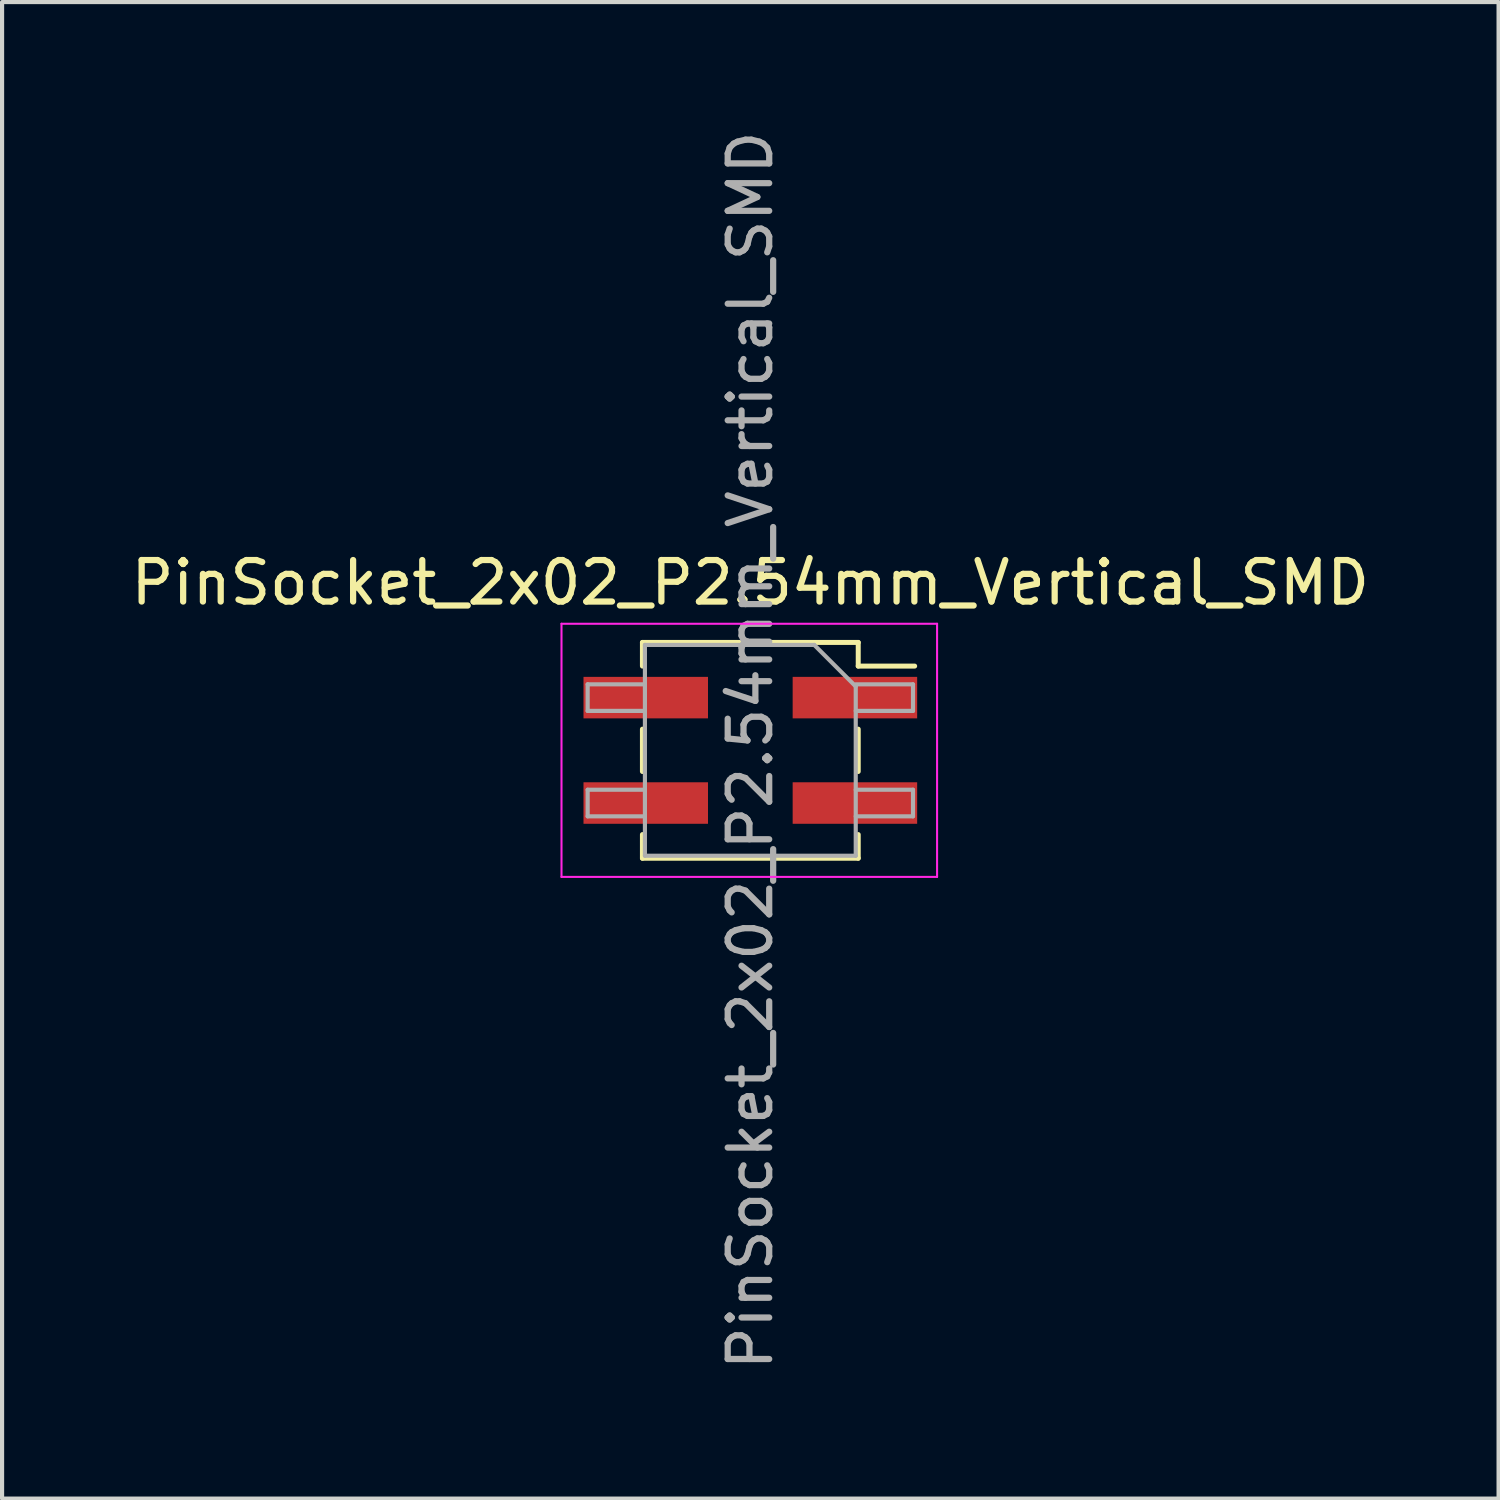
<source format=kicad_pcb>
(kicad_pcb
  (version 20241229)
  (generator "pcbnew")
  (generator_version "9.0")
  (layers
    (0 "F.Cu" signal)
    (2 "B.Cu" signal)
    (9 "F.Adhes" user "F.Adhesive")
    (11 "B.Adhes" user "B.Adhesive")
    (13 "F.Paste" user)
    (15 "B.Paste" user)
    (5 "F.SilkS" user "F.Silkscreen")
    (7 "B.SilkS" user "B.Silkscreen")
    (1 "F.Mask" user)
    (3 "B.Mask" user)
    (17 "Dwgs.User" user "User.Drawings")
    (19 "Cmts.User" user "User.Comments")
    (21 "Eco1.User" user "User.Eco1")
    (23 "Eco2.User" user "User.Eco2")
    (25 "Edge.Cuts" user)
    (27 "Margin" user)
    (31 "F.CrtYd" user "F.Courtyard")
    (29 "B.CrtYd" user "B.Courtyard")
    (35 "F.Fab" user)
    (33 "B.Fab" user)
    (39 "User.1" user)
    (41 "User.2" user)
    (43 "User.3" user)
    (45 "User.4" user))
  (footprint "PinSocket_2x02_P2.54mm_Vertical_SMD"
    (layer "F.Cu")
    (at 15.03 15.03)
    (property "Reference" "PinSocket_2x02_P2.54mm_Vertical_SMD" (at 0 -4.04 0) (layer "F.SilkS") (effects (font (size 1 1) (thickness 0.15))))
    (attr smd)
    (fp_line (start -2.6 -2.6) (end -2.6 -2.03) (stroke (width 0.12) (type solid)) (layer "F.SilkS"))
    (fp_line (start -2.6 -2.6) (end 2.6 -2.6) (stroke (width 0.12) (type solid)) (layer "F.SilkS"))
    (fp_line (start -2.6 -0.51) (end -2.6 0.51) (stroke (width 0.12) (type solid)) (layer "F.SilkS"))
    (fp_line (start -2.6 2.03) (end -2.6 2.6) (stroke (width 0.12) (type solid)) (layer "F.SilkS"))
    (fp_line (start -2.6 2.6) (end 2.6 2.6) (stroke (width 0.12) (type solid)) (layer "F.SilkS"))
    (fp_line (start 2.6 -2.6) (end 2.6 -2.03) (stroke (width 0.12) (type solid)) (layer "F.SilkS"))
    (fp_line (start 2.6 -2.03) (end 3.96 -2.03) (stroke (width 0.12) (type solid)) (layer "F.SilkS"))
    (fp_line (start 2.6 -0.51) (end 2.6 0.51) (stroke (width 0.12) (type solid)) (layer "F.SilkS"))
    (fp_line (start 2.6 2.03) (end 2.6 2.6) (stroke (width 0.12) (type solid)) (layer "F.SilkS"))
    (fp_line (start -4.55 -3.05) (end 4.5 -3.05) (stroke (width 0.05) (type solid)) (layer "F.CrtYd"))
    (fp_line (start -4.55 3.05) (end -4.55 -3.05) (stroke (width 0.05) (type solid)) (layer "F.CrtYd"))
    (fp_line (start 4.5 -3.05) (end 4.5 3.05) (stroke (width 0.05) (type solid)) (layer "F.CrtYd"))
    (fp_line (start 4.5 3.05) (end -4.55 3.05) (stroke (width 0.05) (type solid)) (layer "F.CrtYd"))
    (fp_line (start -3.92 -1.59) (end -2.54 -1.59) (stroke (width 0.1) (type solid)) (layer "F.Fab"))
    (fp_line (start -3.92 -0.95) (end -3.92 -1.59) (stroke (width 0.1) (type solid)) (layer "F.Fab"))
    (fp_line (start -3.92 0.95) (end -2.54 0.95) (stroke (width 0.1) (type solid)) (layer "F.Fab"))
    (fp_line (start -3.92 1.59) (end -3.92 0.95) (stroke (width 0.1) (type solid)) (layer "F.Fab"))
    (fp_line (start -2.54 -2.54) (end 1.54 -2.54) (stroke (width 0.1) (type solid)) (layer "F.Fab"))
    (fp_line (start -2.54 -0.95) (end -3.92 -0.95) (stroke (width 0.1) (type solid)) (layer "F.Fab"))
    (fp_line (start -2.54 1.59) (end -3.92 1.59) (stroke (width 0.1) (type solid)) (layer "F.Fab"))
    (fp_line (start -2.54 2.54) (end -2.54 -2.54) (stroke (width 0.1) (type solid)) (layer "F.Fab"))
    (fp_line (start 1.54 -2.54) (end 2.54 -1.54) (stroke (width 0.1) (type solid)) (layer "F.Fab"))
    (fp_line (start 2.54 -1.59) (end 3.92 -1.59) (stroke (width 0.1) (type solid)) (layer "F.Fab"))
    (fp_line (start 2.54 -1.54) (end 2.54 2.54) (stroke (width 0.1) (type solid)) (layer "F.Fab"))
    (fp_line (start 2.54 0.95) (end 3.92 0.95) (stroke (width 0.1) (type solid)) (layer "F.Fab"))
    (fp_line (start 2.54 2.54) (end -2.54 2.54) (stroke (width 0.1) (type solid)) (layer "F.Fab"))
    (fp_line (start 3.92 -1.59) (end 3.92 -0.95) (stroke (width 0.1) (type solid)) (layer "F.Fab"))
    (fp_line (start 3.92 -0.95) (end 2.54 -0.95) (stroke (width 0.1) (type solid)) (layer "F.Fab"))
    (fp_line (start 3.92 0.95) (end 3.92 1.59) (stroke (width 0.1) (type solid)) (layer "F.Fab"))
    (fp_line (start 3.92 1.59) (end 2.54 1.59) (stroke (width 0.1) (type solid)) (layer "F.Fab"))
    (fp_text user "${REFERENCE}" (at 0 0 90) (layer "F.Fab") (effects (font (size 1 1) (thickness 0.15))))
    (pad "1" smd rect (at 2.52 -1.27) (size 3 1) (layers "F.Cu" "F.Mask" "F.Paste"))
    (pad "2" smd rect (at -2.52 -1.27) (size 3 1) (layers "F.Cu" "F.Mask" "F.Paste"))
    (pad "3" smd rect (at 2.52 1.27) (size 3 1) (layers "F.Cu" "F.Mask" "F.Paste"))
    (pad "4" smd rect (at -2.52 1.27) (size 3 1) (layers "F.Cu" "F.Mask" "F.Paste")))
  (gr_rect
    (start -3 -3)
    (end 33.06 33.06)
    (stroke (width 0.1) (type default))
    (fill no)
    (layer "Edge.Cuts")))
</source>
